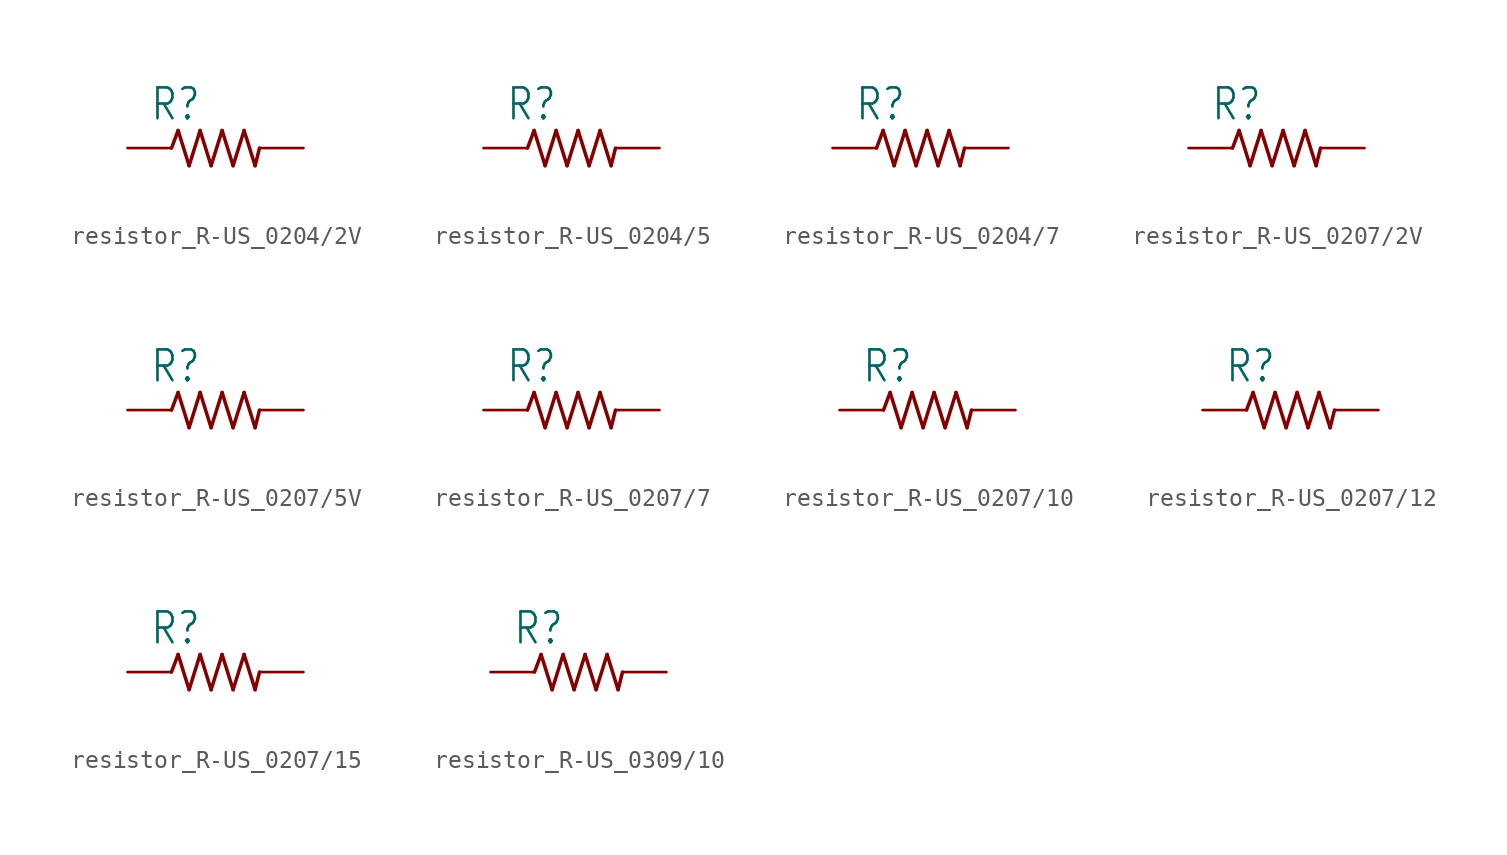
<source format=kicad_sym>
(kicad_symbol_lib
  (version 20231120)
  (generator "kicad_symbol_editor")
  (generator_version "8.0")
  (symbol "resistor_R-US_0204/2V"
    (property "Reference" "R"
      (at -3.81 1.499 0)
      (effects (font (size 1.778 1.511)) (justify left bottom)))
    (property "Value" ""
      (at -3.81 -3.302 0)
      (effects (font (size 1.778 1.511)) (justify left bottom)))
    (property "ki_locked" ""
      (at 0 0 0)
      (effects (font (size 1.27 1.27))))
    (symbol "resistor_R-US_0204/2V_1_0"
      (polyline (pts (xy -2.54 0) (xy -2.159 1.016)) (stroke (width 0.203) (type solid)) (fill (type none)))
      (polyline (pts (xy -2.159 1.016) (xy -1.524 -1.016)) (stroke (width 0.203) (type solid)) (fill (type none)))
      (polyline (pts (xy -1.524 -1.016) (xy -0.889 1.016)) (stroke (width 0.203) (type solid)) (fill (type none)))
      (polyline (pts (xy -0.889 1.016) (xy -0.254 -1.016)) (stroke (width 0.203) (type solid)) (fill (type none)))
      (polyline (pts (xy -0.254 -1.016) (xy 0.381 1.016)) (stroke (width 0.203) (type solid)) (fill (type none)))
      (polyline (pts (xy 0.381 1.016) (xy 1.016 -1.016)) (stroke (width 0.203) (type solid)) (fill (type none)))
      (polyline (pts (xy 1.016 -1.016) (xy 1.651 1.016)) (stroke (width 0.203) (type solid)) (fill (type none)))
      (polyline (pts (xy 1.651 1.016) (xy 2.286 -1.016)) (stroke (width 0.203) (type solid)) (fill (type none)))
      (polyline (pts (xy 2.286 -1.016) (xy 2.54 0)) (stroke (width 0.203) (type solid)) (fill (type none)))
      (pin passive line (at -5.08 0 0) (length 2.54) (name "1" (effects (font (size 0 0)))) (number "1" (effects (font (size 0 0)))))
      (pin passive line (at 5.08 0 180) (length 2.54) (name "2" (effects (font (size 0 0)))) (number "2" (effects (font (size 0 0)))))))
  (symbol "resistor_R-US_0204/5"
    (property "Reference" "R"
      (at -3.81 1.499 0)
      (effects (font (size 1.778 1.511)) (justify left bottom)))
    (property "Value" ""
      (at -3.81 -3.302 0)
      (effects (font (size 1.778 1.511)) (justify left bottom)))
    (property "ki_locked" ""
      (at 0 0 0)
      (effects (font (size 1.27 1.27))))
    (symbol "resistor_R-US_0204/5_1_0"
      (polyline (pts (xy -2.54 0) (xy -2.159 1.016)) (stroke (width 0.203) (type solid)) (fill (type none)))
      (polyline (pts (xy -2.159 1.016) (xy -1.524 -1.016)) (stroke (width 0.203) (type solid)) (fill (type none)))
      (polyline (pts (xy -1.524 -1.016) (xy -0.889 1.016)) (stroke (width 0.203) (type solid)) (fill (type none)))
      (polyline (pts (xy -0.889 1.016) (xy -0.254 -1.016)) (stroke (width 0.203) (type solid)) (fill (type none)))
      (polyline (pts (xy -0.254 -1.016) (xy 0.381 1.016)) (stroke (width 0.203) (type solid)) (fill (type none)))
      (polyline (pts (xy 0.381 1.016) (xy 1.016 -1.016)) (stroke (width 0.203) (type solid)) (fill (type none)))
      (polyline (pts (xy 1.016 -1.016) (xy 1.651 1.016)) (stroke (width 0.203) (type solid)) (fill (type none)))
      (polyline (pts (xy 1.651 1.016) (xy 2.286 -1.016)) (stroke (width 0.203) (type solid)) (fill (type none)))
      (polyline (pts (xy 2.286 -1.016) (xy 2.54 0)) (stroke (width 0.203) (type solid)) (fill (type none)))
      (pin passive line (at -5.08 0 0) (length 2.54) (name "1" (effects (font (size 0 0)))) (number "1" (effects (font (size 0 0)))))
      (pin passive line (at 5.08 0 180) (length 2.54) (name "2" (effects (font (size 0 0)))) (number "2" (effects (font (size 0 0)))))))
  (symbol "resistor_R-US_0204/7"
    (property "Reference" "R"
      (at -3.81 1.499 0)
      (effects (font (size 1.778 1.511)) (justify left bottom)))
    (property "Value" ""
      (at -3.81 -3.302 0)
      (effects (font (size 1.778 1.511)) (justify left bottom)))
    (property "ki_locked" ""
      (at 0 0 0)
      (effects (font (size 1.27 1.27))))
    (symbol "resistor_R-US_0204/7_1_0"
      (polyline (pts (xy -2.54 0) (xy -2.159 1.016)) (stroke (width 0.203) (type solid)) (fill (type none)))
      (polyline (pts (xy -2.159 1.016) (xy -1.524 -1.016)) (stroke (width 0.203) (type solid)) (fill (type none)))
      (polyline (pts (xy -1.524 -1.016) (xy -0.889 1.016)) (stroke (width 0.203) (type solid)) (fill (type none)))
      (polyline (pts (xy -0.889 1.016) (xy -0.254 -1.016)) (stroke (width 0.203) (type solid)) (fill (type none)))
      (polyline (pts (xy -0.254 -1.016) (xy 0.381 1.016)) (stroke (width 0.203) (type solid)) (fill (type none)))
      (polyline (pts (xy 0.381 1.016) (xy 1.016 -1.016)) (stroke (width 0.203) (type solid)) (fill (type none)))
      (polyline (pts (xy 1.016 -1.016) (xy 1.651 1.016)) (stroke (width 0.203) (type solid)) (fill (type none)))
      (polyline (pts (xy 1.651 1.016) (xy 2.286 -1.016)) (stroke (width 0.203) (type solid)) (fill (type none)))
      (polyline (pts (xy 2.286 -1.016) (xy 2.54 0)) (stroke (width 0.203) (type solid)) (fill (type none)))
      (pin passive line (at -5.08 0 0) (length 2.54) (name "1" (effects (font (size 0 0)))) (number "1" (effects (font (size 0 0)))))
      (pin passive line (at 5.08 0 180) (length 2.54) (name "2" (effects (font (size 0 0)))) (number "2" (effects (font (size 0 0)))))))
  (symbol "resistor_R-US_0207/2V"
    (property "Reference" "R"
      (at -3.81 1.499 0)
      (effects (font (size 1.778 1.511)) (justify left bottom)))
    (property "Value" ""
      (at -3.81 -3.302 0)
      (effects (font (size 1.778 1.511)) (justify left bottom)))
    (property "ki_locked" ""
      (at 0 0 0)
      (effects (font (size 1.27 1.27))))
    (symbol "resistor_R-US_0207/2V_1_0"
      (polyline (pts (xy -2.54 0) (xy -2.159 1.016)) (stroke (width 0.203) (type solid)) (fill (type none)))
      (polyline (pts (xy -2.159 1.016) (xy -1.524 -1.016)) (stroke (width 0.203) (type solid)) (fill (type none)))
      (polyline (pts (xy -1.524 -1.016) (xy -0.889 1.016)) (stroke (width 0.203) (type solid)) (fill (type none)))
      (polyline (pts (xy -0.889 1.016) (xy -0.254 -1.016)) (stroke (width 0.203) (type solid)) (fill (type none)))
      (polyline (pts (xy -0.254 -1.016) (xy 0.381 1.016)) (stroke (width 0.203) (type solid)) (fill (type none)))
      (polyline (pts (xy 0.381 1.016) (xy 1.016 -1.016)) (stroke (width 0.203) (type solid)) (fill (type none)))
      (polyline (pts (xy 1.016 -1.016) (xy 1.651 1.016)) (stroke (width 0.203) (type solid)) (fill (type none)))
      (polyline (pts (xy 1.651 1.016) (xy 2.286 -1.016)) (stroke (width 0.203) (type solid)) (fill (type none)))
      (polyline (pts (xy 2.286 -1.016) (xy 2.54 0)) (stroke (width 0.203) (type solid)) (fill (type none)))
      (pin passive line (at -5.08 0 0) (length 2.54) (name "1" (effects (font (size 0 0)))) (number "1" (effects (font (size 0 0)))))
      (pin passive line (at 5.08 0 180) (length 2.54) (name "2" (effects (font (size 0 0)))) (number "2" (effects (font (size 0 0)))))))
  (symbol "resistor_R-US_0207/5V"
    (property "Reference" "R"
      (at -3.81 1.499 0)
      (effects (font (size 1.778 1.511)) (justify left bottom)))
    (property "Value" ""
      (at -3.81 -3.302 0)
      (effects (font (size 1.778 1.511)) (justify left bottom)))
    (property "ki_locked" ""
      (at 0 0 0)
      (effects (font (size 1.27 1.27))))
    (symbol "resistor_R-US_0207/5V_1_0"
      (polyline (pts (xy -2.54 0) (xy -2.159 1.016)) (stroke (width 0.203) (type solid)) (fill (type none)))
      (polyline (pts (xy -2.159 1.016) (xy -1.524 -1.016)) (stroke (width 0.203) (type solid)) (fill (type none)))
      (polyline (pts (xy -1.524 -1.016) (xy -0.889 1.016)) (stroke (width 0.203) (type solid)) (fill (type none)))
      (polyline (pts (xy -0.889 1.016) (xy -0.254 -1.016)) (stroke (width 0.203) (type solid)) (fill (type none)))
      (polyline (pts (xy -0.254 -1.016) (xy 0.381 1.016)) (stroke (width 0.203) (type solid)) (fill (type none)))
      (polyline (pts (xy 0.381 1.016) (xy 1.016 -1.016)) (stroke (width 0.203) (type solid)) (fill (type none)))
      (polyline (pts (xy 1.016 -1.016) (xy 1.651 1.016)) (stroke (width 0.203) (type solid)) (fill (type none)))
      (polyline (pts (xy 1.651 1.016) (xy 2.286 -1.016)) (stroke (width 0.203) (type solid)) (fill (type none)))
      (polyline (pts (xy 2.286 -1.016) (xy 2.54 0)) (stroke (width 0.203) (type solid)) (fill (type none)))
      (pin passive line (at -5.08 0 0) (length 2.54) (name "1" (effects (font (size 0 0)))) (number "1" (effects (font (size 0 0)))))
      (pin passive line (at 5.08 0 180) (length 2.54) (name "2" (effects (font (size 0 0)))) (number "2" (effects (font (size 0 0)))))))
  (symbol "resistor_R-US_0207/7"
    (property "Reference" "R"
      (at -3.81 1.499 0)
      (effects (font (size 1.778 1.511)) (justify left bottom)))
    (property "Value" ""
      (at -3.81 -3.302 0)
      (effects (font (size 1.778 1.511)) (justify left bottom)))
    (property "ki_locked" ""
      (at 0 0 0)
      (effects (font (size 1.27 1.27))))
    (symbol "resistor_R-US_0207/7_1_0"
      (polyline (pts (xy -2.54 0) (xy -2.159 1.016)) (stroke (width 0.203) (type solid)) (fill (type none)))
      (polyline (pts (xy -2.159 1.016) (xy -1.524 -1.016)) (stroke (width 0.203) (type solid)) (fill (type none)))
      (polyline (pts (xy -1.524 -1.016) (xy -0.889 1.016)) (stroke (width 0.203) (type solid)) (fill (type none)))
      (polyline (pts (xy -0.889 1.016) (xy -0.254 -1.016)) (stroke (width 0.203) (type solid)) (fill (type none)))
      (polyline (pts (xy -0.254 -1.016) (xy 0.381 1.016)) (stroke (width 0.203) (type solid)) (fill (type none)))
      (polyline (pts (xy 0.381 1.016) (xy 1.016 -1.016)) (stroke (width 0.203) (type solid)) (fill (type none)))
      (polyline (pts (xy 1.016 -1.016) (xy 1.651 1.016)) (stroke (width 0.203) (type solid)) (fill (type none)))
      (polyline (pts (xy 1.651 1.016) (xy 2.286 -1.016)) (stroke (width 0.203) (type solid)) (fill (type none)))
      (polyline (pts (xy 2.286 -1.016) (xy 2.54 0)) (stroke (width 0.203) (type solid)) (fill (type none)))
      (pin passive line (at -5.08 0 0) (length 2.54) (name "1" (effects (font (size 0 0)))) (number "1" (effects (font (size 0 0)))))
      (pin passive line (at 5.08 0 180) (length 2.54) (name "2" (effects (font (size 0 0)))) (number "2" (effects (font (size 0 0)))))))
  (symbol "resistor_R-US_0207/10"
    (property "Reference" "R"
      (at -3.81 1.499 0)
      (effects (font (size 1.778 1.511)) (justify left bottom)))
    (property "Value" ""
      (at -3.81 -3.302 0)
      (effects (font (size 1.778 1.511)) (justify left bottom)))
    (property "ki_locked" ""
      (at 0 0 0)
      (effects (font (size 1.27 1.27))))
    (symbol "resistor_R-US_0207/10_1_0"
      (polyline (pts (xy -2.54 0) (xy -2.159 1.016)) (stroke (width 0.203) (type solid)) (fill (type none)))
      (polyline (pts (xy -2.159 1.016) (xy -1.524 -1.016)) (stroke (width 0.203) (type solid)) (fill (type none)))
      (polyline (pts (xy -1.524 -1.016) (xy -0.889 1.016)) (stroke (width 0.203) (type solid)) (fill (type none)))
      (polyline (pts (xy -0.889 1.016) (xy -0.254 -1.016)) (stroke (width 0.203) (type solid)) (fill (type none)))
      (polyline (pts (xy -0.254 -1.016) (xy 0.381 1.016)) (stroke (width 0.203) (type solid)) (fill (type none)))
      (polyline (pts (xy 0.381 1.016) (xy 1.016 -1.016)) (stroke (width 0.203) (type solid)) (fill (type none)))
      (polyline (pts (xy 1.016 -1.016) (xy 1.651 1.016)) (stroke (width 0.203) (type solid)) (fill (type none)))
      (polyline (pts (xy 1.651 1.016) (xy 2.286 -1.016)) (stroke (width 0.203) (type solid)) (fill (type none)))
      (polyline (pts (xy 2.286 -1.016) (xy 2.54 0)) (stroke (width 0.203) (type solid)) (fill (type none)))
      (pin passive line (at -5.08 0 0) (length 2.54) (name "1" (effects (font (size 0 0)))) (number "1" (effects (font (size 0 0)))))
      (pin passive line (at 5.08 0 180) (length 2.54) (name "2" (effects (font (size 0 0)))) (number "2" (effects (font (size 0 0)))))))
  (symbol "resistor_R-US_0207/12"
    (property "Reference" "R"
      (at -3.81 1.499 0)
      (effects (font (size 1.778 1.511)) (justify left bottom)))
    (property "Value" ""
      (at -3.81 -3.302 0)
      (effects (font (size 1.778 1.511)) (justify left bottom)))
    (property "ki_locked" ""
      (at 0 0 0)
      (effects (font (size 1.27 1.27))))
    (symbol "resistor_R-US_0207/12_1_0"
      (polyline (pts (xy -2.54 0) (xy -2.159 1.016)) (stroke (width 0.203) (type solid)) (fill (type none)))
      (polyline (pts (xy -2.159 1.016) (xy -1.524 -1.016)) (stroke (width 0.203) (type solid)) (fill (type none)))
      (polyline (pts (xy -1.524 -1.016) (xy -0.889 1.016)) (stroke (width 0.203) (type solid)) (fill (type none)))
      (polyline (pts (xy -0.889 1.016) (xy -0.254 -1.016)) (stroke (width 0.203) (type solid)) (fill (type none)))
      (polyline (pts (xy -0.254 -1.016) (xy 0.381 1.016)) (stroke (width 0.203) (type solid)) (fill (type none)))
      (polyline (pts (xy 0.381 1.016) (xy 1.016 -1.016)) (stroke (width 0.203) (type solid)) (fill (type none)))
      (polyline (pts (xy 1.016 -1.016) (xy 1.651 1.016)) (stroke (width 0.203) (type solid)) (fill (type none)))
      (polyline (pts (xy 1.651 1.016) (xy 2.286 -1.016)) (stroke (width 0.203) (type solid)) (fill (type none)))
      (polyline (pts (xy 2.286 -1.016) (xy 2.54 0)) (stroke (width 0.203) (type solid)) (fill (type none)))
      (pin passive line (at -5.08 0 0) (length 2.54) (name "1" (effects (font (size 0 0)))) (number "1" (effects (font (size 0 0)))))
      (pin passive line (at 5.08 0 180) (length 2.54) (name "2" (effects (font (size 0 0)))) (number "2" (effects (font (size 0 0)))))))
  (symbol "resistor_R-US_0207/15"
    (property "Reference" "R"
      (at -3.81 1.499 0)
      (effects (font (size 1.778 1.511)) (justify left bottom)))
    (property "Value" ""
      (at -3.81 -3.302 0)
      (effects (font (size 1.778 1.511)) (justify left bottom)))
    (property "ki_locked" ""
      (at 0 0 0)
      (effects (font (size 1.27 1.27))))
    (symbol "resistor_R-US_0207/15_1_0"
      (polyline (pts (xy -2.54 0) (xy -2.159 1.016)) (stroke (width 0.203) (type solid)) (fill (type none)))
      (polyline (pts (xy -2.159 1.016) (xy -1.524 -1.016)) (stroke (width 0.203) (type solid)) (fill (type none)))
      (polyline (pts (xy -1.524 -1.016) (xy -0.889 1.016)) (stroke (width 0.203) (type solid)) (fill (type none)))
      (polyline (pts (xy -0.889 1.016) (xy -0.254 -1.016)) (stroke (width 0.203) (type solid)) (fill (type none)))
      (polyline (pts (xy -0.254 -1.016) (xy 0.381 1.016)) (stroke (width 0.203) (type solid)) (fill (type none)))
      (polyline (pts (xy 0.381 1.016) (xy 1.016 -1.016)) (stroke (width 0.203) (type solid)) (fill (type none)))
      (polyline (pts (xy 1.016 -1.016) (xy 1.651 1.016)) (stroke (width 0.203) (type solid)) (fill (type none)))
      (polyline (pts (xy 1.651 1.016) (xy 2.286 -1.016)) (stroke (width 0.203) (type solid)) (fill (type none)))
      (polyline (pts (xy 2.286 -1.016) (xy 2.54 0)) (stroke (width 0.203) (type solid)) (fill (type none)))
      (pin passive line (at -5.08 0 0) (length 2.54) (name "1" (effects (font (size 0 0)))) (number "1" (effects (font (size 0 0)))))
      (pin passive line (at 5.08 0 180) (length 2.54) (name "2" (effects (font (size 0 0)))) (number "2" (effects (font (size 0 0)))))))
  (symbol "resistor_R-US_0309/10"
    (property "Reference" "R"
      (at -3.81 1.499 0)
      (effects (font (size 1.778 1.511)) (justify left bottom)))
    (property "Value" ""
      (at -3.81 -3.302 0)
      (effects (font (size 1.778 1.511)) (justify left bottom)))
    (property "ki_locked" ""
      (at 0 0 0)
      (effects (font (size 1.27 1.27))))
    (symbol "resistor_R-US_0309/10_1_0"
      (polyline (pts (xy -2.54 0) (xy -2.159 1.016)) (stroke (width 0.203) (type solid)) (fill (type none)))
      (polyline (pts (xy -2.159 1.016) (xy -1.524 -1.016)) (stroke (width 0.203) (type solid)) (fill (type none)))
      (polyline (pts (xy -1.524 -1.016) (xy -0.889 1.016)) (stroke (width 0.203) (type solid)) (fill (type none)))
      (polyline (pts (xy -0.889 1.016) (xy -0.254 -1.016)) (stroke (width 0.203) (type solid)) (fill (type none)))
      (polyline (pts (xy -0.254 -1.016) (xy 0.381 1.016)) (stroke (width 0.203) (type solid)) (fill (type none)))
      (polyline (pts (xy 0.381 1.016) (xy 1.016 -1.016)) (stroke (width 0.203) (type solid)) (fill (type none)))
      (polyline (pts (xy 1.016 -1.016) (xy 1.651 1.016)) (stroke (width 0.203) (type solid)) (fill (type none)))
      (polyline (pts (xy 1.651 1.016) (xy 2.286 -1.016)) (stroke (width 0.203) (type solid)) (fill (type none)))
      (polyline (pts (xy 2.286 -1.016) (xy 2.54 0)) (stroke (width 0.203) (type solid)) (fill (type none)))
      (pin passive line (at -5.08 0 0) (length 2.54) (name "1" (effects (font (size 0 0)))) (number "1" (effects (font (size 0 0)))))
      (pin passive line (at 5.08 0 180) (length 2.54) (name "2" (effects (font (size 0 0)))) (number "2" (effects (font (size 0 0))))))))
</source>
